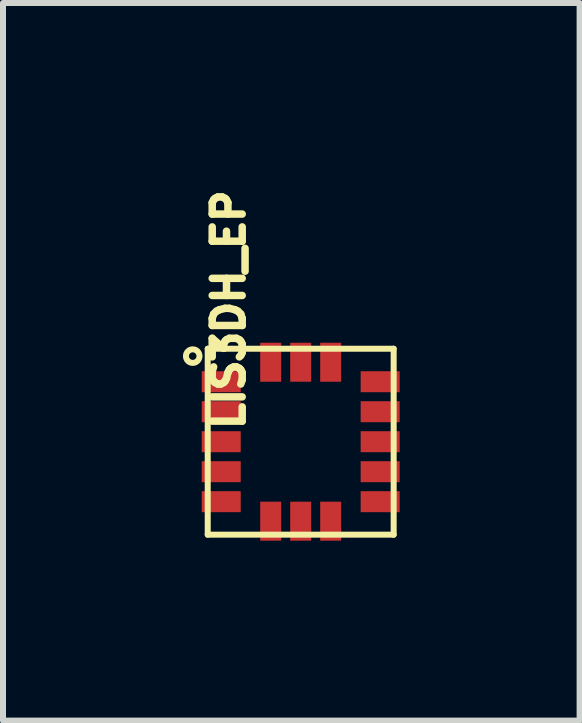
<source format=kicad_pcb>
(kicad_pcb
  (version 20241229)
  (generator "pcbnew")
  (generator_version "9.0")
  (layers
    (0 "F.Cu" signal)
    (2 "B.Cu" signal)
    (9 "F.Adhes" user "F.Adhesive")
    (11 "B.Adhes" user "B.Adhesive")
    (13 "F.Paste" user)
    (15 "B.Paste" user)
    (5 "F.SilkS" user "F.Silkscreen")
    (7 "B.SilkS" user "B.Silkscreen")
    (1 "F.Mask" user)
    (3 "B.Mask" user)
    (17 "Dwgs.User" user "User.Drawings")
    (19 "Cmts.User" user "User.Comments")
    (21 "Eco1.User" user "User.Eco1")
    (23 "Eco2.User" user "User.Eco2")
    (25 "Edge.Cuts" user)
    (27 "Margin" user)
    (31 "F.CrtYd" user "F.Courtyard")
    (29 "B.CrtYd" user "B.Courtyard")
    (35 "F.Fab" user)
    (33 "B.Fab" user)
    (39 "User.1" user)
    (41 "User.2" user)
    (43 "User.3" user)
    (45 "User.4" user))
  (footprint "LIS3DH_EP"
    (layer "F.Cu")
    (at 1.963 4.314)
    (property "Reference" "LIS3DH_EP" (at -1.2 -2.2 90) (layer "F.SilkS") (effects (font (size 0.5 0.5) (thickness 0.125))))
    (attr through_hole)
    (fp_line (start -1.55 -1.55) (end -1.55 1.55) (stroke (width 0.1) (type solid)) (layer "F.SilkS"))
    (fp_line (start -1.55 -1.55) (end 1.55 -1.55) (stroke (width 0.1) (type solid)) (layer "F.SilkS"))
    (fp_line (start -1.55 1.55) (end 1.55 1.55) (stroke (width 0.1) (type solid)) (layer "F.SilkS"))
    (fp_line (start 1.55 -1.55) (end 1.55 1.55) (stroke (width 0.1) (type solid)) (layer "F.SilkS"))
    (fp_circle (center -1.8 -1.427) (end -1.72 -1.347) (stroke (width 0.1) (type solid)) (fill no) (layer "F.SilkS"))
    (pad "1" smd rect (at -1.325 -1) (size 0.65 0.35) (layers "F.Cu" "F.Mask" "F.Paste"))
    (pad "2" smd rect (at -1.325 -0.5) (size 0.65 0.35) (layers "F.Cu" "F.Mask" "F.Paste"))
    (pad "3" smd rect (at -1.325 0) (size 0.65 0.35) (layers "F.Cu" "F.Mask" "F.Paste"))
    (pad "4" smd rect (at -1.325 0.5) (size 0.65 0.35) (layers "F.Cu" "F.Mask" "F.Paste"))
    (pad "5" smd rect (at -1.325 1) (size 0.65 0.35) (layers "F.Cu" "F.Mask" "F.Paste"))
    (pad "6" smd rect (at -0.5 1.325 90) (size 0.65 0.35) (layers "F.Cu" "F.Mask" "F.Paste"))
    (pad "7" smd rect (at 0 1.325 90) (size 0.65 0.35) (layers "F.Cu" "F.Mask" "F.Paste"))
    (pad "8" smd rect (at 0.5 1.325 90) (size 0.65 0.35) (layers "F.Cu" "F.Mask" "F.Paste"))
    (pad "9" smd rect (at 1.325 1) (size 0.65 0.35) (layers "F.Cu" "F.Mask" "F.Paste"))
    (pad "10" smd rect (at 1.325 0.5) (size 0.65 0.35) (layers "F.Cu" "F.Mask" "F.Paste"))
    (pad "11" smd rect (at 1.325 0) (size 0.65 0.35) (layers "F.Cu" "F.Mask" "F.Paste"))
    (pad "12" smd rect (at 1.325 -0.5) (size 0.65 0.35) (layers "F.Cu" "F.Mask" "F.Paste"))
    (pad "13" smd rect (at 1.325 -1) (size 0.65 0.35) (layers "F.Cu" "F.Mask" "F.Paste"))
    (pad "14" smd rect (at 0.5 -1.325 90) (size 0.65 0.35) (layers "F.Cu" "F.Mask" "F.Paste"))
    (pad "15" smd rect (at 0 -1.325 90) (size 0.65 0.35) (layers "F.Cu" "F.Mask" "F.Paste"))
    (pad "16" smd rect (at -0.5 -1.325 90) (size 0.65 0.35) (layers "F.Cu" "F.Mask" "F.Paste")))
  (gr_rect
    (start -3 -3)
    (end 6.613 8.964)
    (stroke (width 0.1) (type default))
    (fill no)
    (layer "Edge.Cuts")))
</source>
